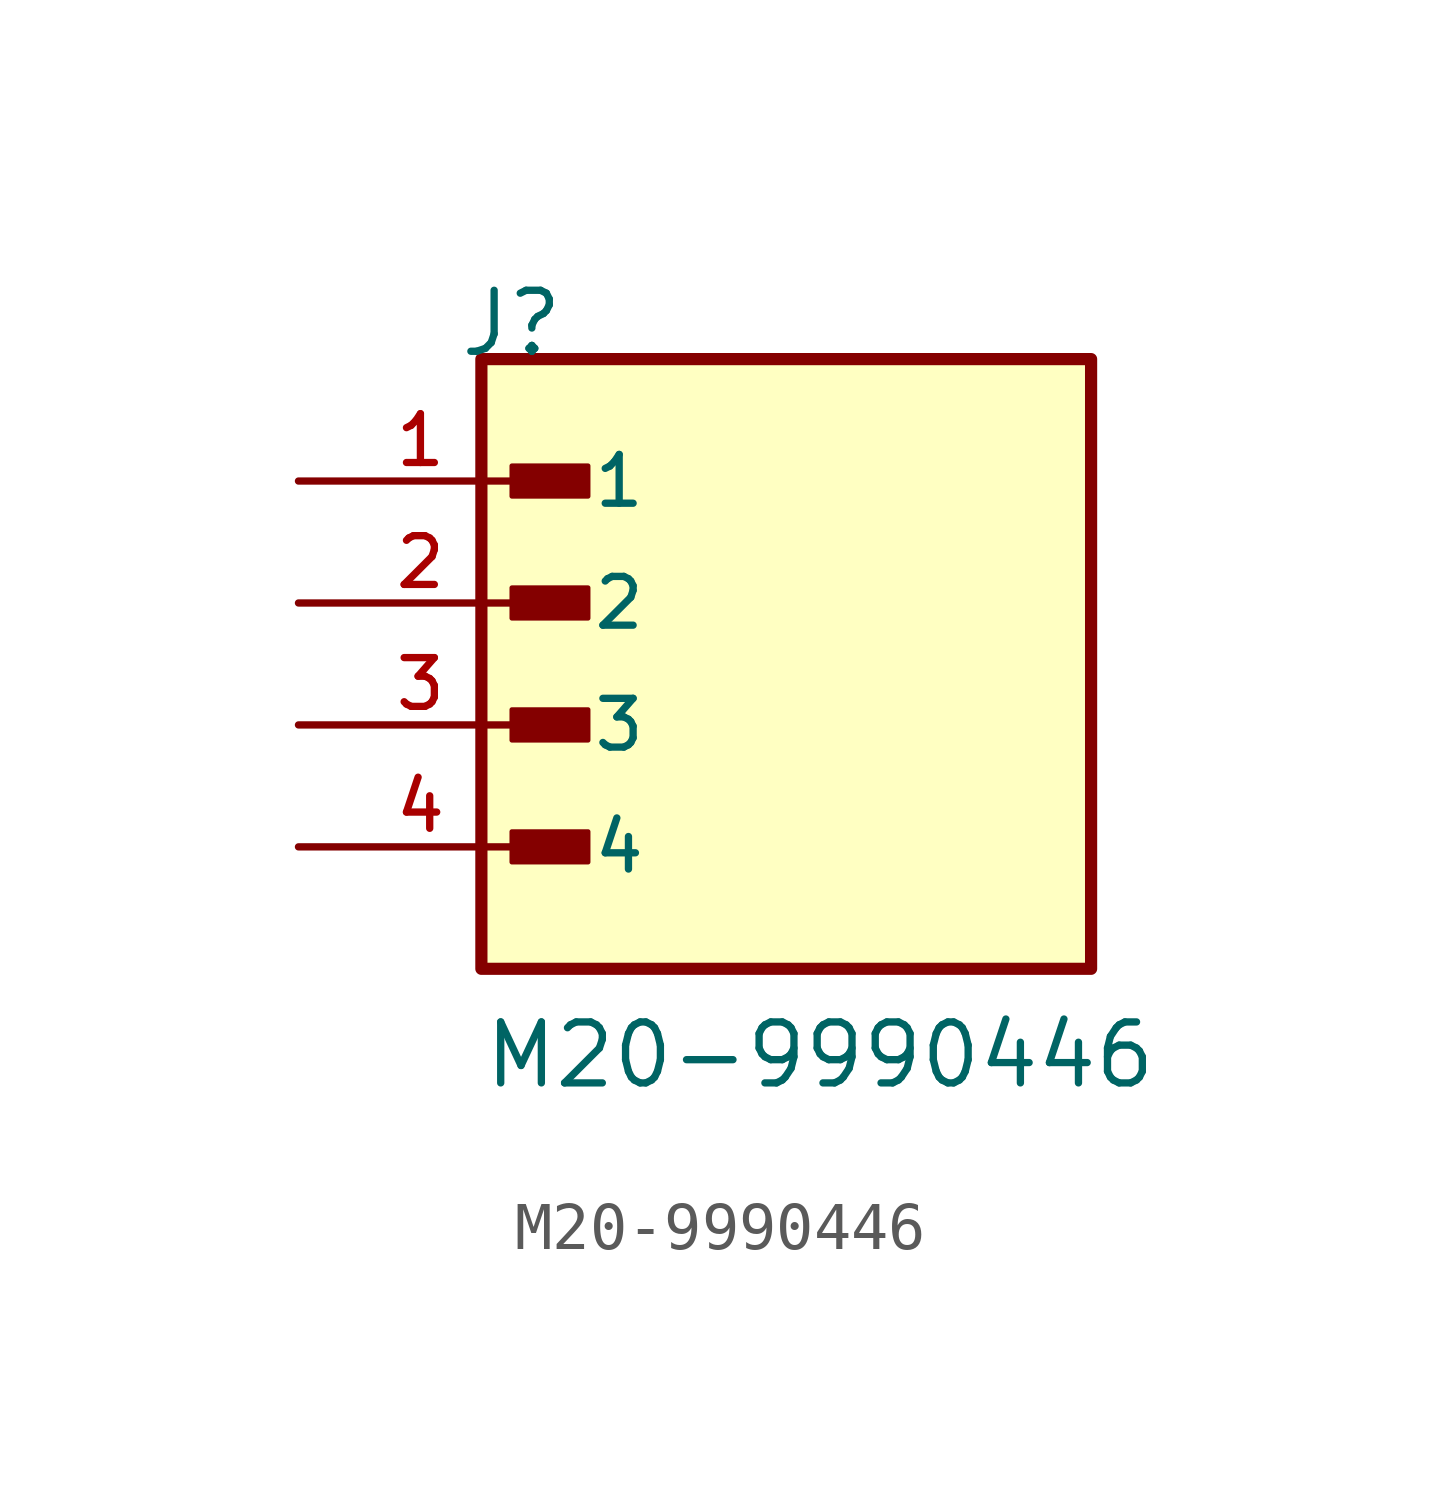
<source format=kicad_sym>
(kicad_symbol_lib
  (version 20211014)
  (generator kicad_symbol_editor)
  (symbol "M20-9990446"
    (pin_names
      (offset 1.016))
    (property "Reference" "J"
      (at -6.85 7.62 0)
      (effects (font (size 1.27 1.27)) (justify bottom left)))
    (property "Value" "M20-9990446"
      (at -6.35 -7.62 0)
      (effects (font (size 1.27 1.27)) (justify bottom left)))
    (symbol "M20-9990446_0_0"
      (rectangle (start -5.715 4.763) (end -4.128 5.397) (stroke (width 0.1)) (fill (type outline)))
      (rectangle (start -5.715 2.223) (end -4.128 2.857) (stroke (width 0.1)) (fill (type outline)))
      (rectangle (start -5.715 -0.318) (end -4.128 0.318) (stroke (width 0.1)) (fill (type outline)))
      (rectangle (start -5.715 -2.857) (end -4.128 -2.223) (stroke (width 0.1)) (fill (type outline)))
      (rectangle (start -6.35 -5.08) (end 6.35 7.62) (stroke (width 0.254)) (fill (type background)))
      (pin passive line (at -10.16 5.08 0) (length 5.08) (name "1" (effects (font (size 1.016 1.016)))) (number "1" (effects (font (size 1.016 1.016)))))
      (pin passive line (at -10.16 2.54 0) (length 5.08) (name "2" (effects (font (size 1.016 1.016)))) (number "2" (effects (font (size 1.016 1.016)))))
      (pin passive line (at -10.16 0.0 0) (length 5.08) (name "3" (effects (font (size 1.016 1.016)))) (number "3" (effects (font (size 1.016 1.016)))))
      (pin passive line (at -10.16 -2.54 0) (length 5.08) (name "4" (effects (font (size 1.016 1.016)))) (number "4" (effects (font (size 1.016 1.016))))))))
</source>
